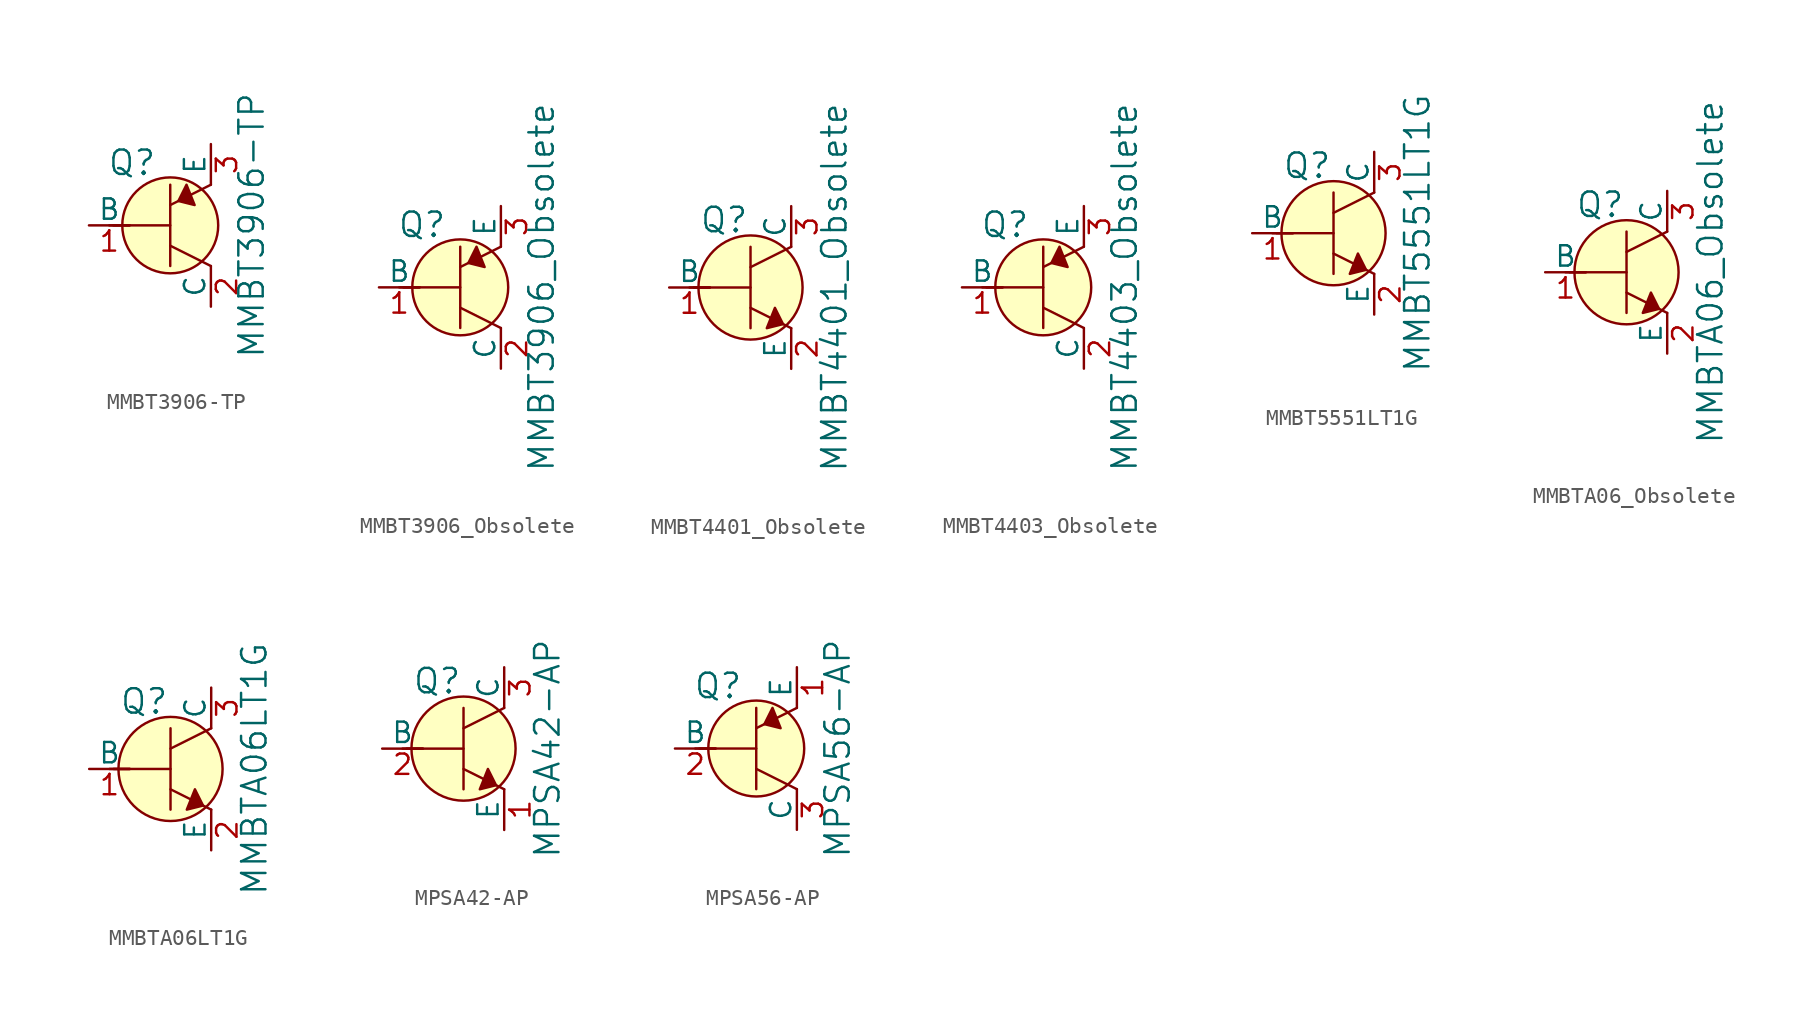
<source format=kicad_sym>
(kicad_symbol_lib
  (version 20220914)
  (generator kicad_symbol_editor)
  (symbol "MMBT3906-TP"
    (pin_names
      (offset 0))
    (property "Reference" "Q"
      (at -2.388 3.912 0)
      (effects (font (size 1.524 1.524))))
    (property "Value" "MMBT3906-TP"
      (at 5.08 0 90)
      (effects (font (size 1.524 1.524))))
    (symbol "MMBT3906-TP_0_1"
      (polyline (pts (xy -3.81 0) (xy -2.54 0)) (stroke (width 0) (type solid)) (fill (type none)))
      (polyline (pts (xy -3.556 0) (xy 0 0)) (stroke (width 0) (type solid)) (fill (type none)))
      (polyline (pts (xy 0 -1.27) (xy 2.54 -2.54)) (stroke (width 0) (type solid)) (fill (type none)))
      (polyline (pts (xy 0 1.27) (xy 2.54 2.54)) (stroke (width 0) (type solid)) (fill (type none)))
      (polyline (pts (xy 0 2.54) (xy 0 -2.54)) (stroke (width 0) (type solid)) (fill (type none)))
      (polyline (pts (xy 1.016 2.54) (xy 0.508 1.524) (xy 1.524 1.27) (xy 1.016 2.54)) (stroke (width 0) (type solid)) (fill (type outline)))
      (circle (center 0 0) (radius 2.997) (stroke (width 0) (type solid)) (fill (type background))))
    (symbol "MMBT3906-TP_1_1"
      (pin input line (at -5.08 0 0) (length 2.54) (name "B" (effects (font (size 1.27 1.27)))) (number "1" (effects (font (size 1.27 1.27)))))
      (pin passive line (at 2.54 -5.08 90) (length 2.54) (name "C" (effects (font (size 1.27 1.27)))) (number "2" (effects (font (size 1.27 1.27)))))
      (pin passive line (at 2.54 5.08 270) (length 2.54) (name "E" (effects (font (size 1.27 1.27)))) (number "3" (effects (font (size 1.27 1.27)))))))
  (symbol "MMBT3906_Obsolete"
    (pin_names
      (offset 0))
    (property "Reference" "Q"
      (at -2.388 3.912 0)
      (effects (font (size 1.524 1.524))))
    (property "Value" "MMBT3906_Obsolete"
      (at 5.08 0 90)
      (effects (font (size 1.524 1.524))))
    (symbol "MMBT3906_Obsolete_0_1"
      (polyline (pts (xy -3.81 0) (xy -2.54 0)) (stroke (width 0) (type solid)) (fill (type none)))
      (polyline (pts (xy -3.556 0) (xy 0 0)) (stroke (width 0) (type solid)) (fill (type none)))
      (polyline (pts (xy 0 -1.27) (xy 2.54 -2.54)) (stroke (width 0) (type solid)) (fill (type none)))
      (polyline (pts (xy 0 1.27) (xy 2.54 2.54)) (stroke (width 0) (type solid)) (fill (type none)))
      (polyline (pts (xy 0 2.54) (xy 0 -2.54)) (stroke (width 0) (type solid)) (fill (type none)))
      (polyline (pts (xy 1.016 2.54) (xy 0.508 1.524) (xy 1.524 1.27) (xy 1.016 2.54)) (stroke (width 0) (type solid)) (fill (type outline)))
      (circle (center 0 0) (radius 2.997) (stroke (width 0) (type solid)) (fill (type background))))
    (symbol "MMBT3906_Obsolete_1_1"
      (pin input line (at -5.08 0 0) (length 2.54) (name "B" (effects (font (size 1.27 1.27)))) (number "1" (effects (font (size 1.27 1.27)))))
      (pin passive line (at 2.54 -5.08 90) (length 2.54) (name "C" (effects (font (size 1.27 1.27)))) (number "2" (effects (font (size 1.27 1.27)))))
      (pin passive line (at 2.54 5.08 270) (length 2.54) (name "E" (effects (font (size 1.27 1.27)))) (number "3" (effects (font (size 1.27 1.27)))))))
  (symbol "MMBT4401_Obsolete"
    (pin_names
      (offset 0))
    (property "Reference" "Q"
      (at -3.2 4.216 0)
      (effects (font (size 1.524 1.524)) (justify left)))
    (property "Value" "MMBT4401_Obsolete"
      (at 5.232 0 90)
      (effects (font (size 1.524 1.524))))
    (symbol "MMBT4401_Obsolete_0_1"
      (polyline (pts (xy -3.81 0) (xy -2.54 0)) (stroke (width 0) (type solid)) (fill (type none)))
      (polyline (pts (xy -3.556 0) (xy 0 0)) (stroke (width 0) (type solid)) (fill (type none)))
      (polyline (pts (xy 0 -1.27) (xy 2.54 -2.54)) (stroke (width 0) (type solid)) (fill (type none)))
      (polyline (pts (xy 0 1.27) (xy 2.54 2.54)) (stroke (width 0) (type solid)) (fill (type none)))
      (polyline (pts (xy 0 2.54) (xy 0 -2.54)) (stroke (width 0) (type solid)) (fill (type none)))
      (polyline (pts (xy 1.524 -1.27) (xy 2.032 -2.286) (xy 1.016 -2.54) (xy 1.524 -1.27)) (stroke (width 0) (type solid)) (fill (type outline)))
      (circle (center 0 0) (radius 3.251) (stroke (width 0) (type solid)) (fill (type background))))
    (symbol "MMBT4401_Obsolete_1_1"
      (pin input line (at -5.08 0 0) (length 2.54) (name "B" (effects (font (size 1.27 1.27)))) (number "1" (effects (font (size 1.27 1.27)))))
      (pin passive line (at 2.54 -5.08 90) (length 2.54) (name "E" (effects (font (size 1.27 1.27)))) (number "2" (effects (font (size 1.27 1.27)))))
      (pin passive line (at 2.54 5.08 270) (length 2.54) (name "C" (effects (font (size 1.27 1.27)))) (number "3" (effects (font (size 1.27 1.27)))))))
  (symbol "MMBT4403_Obsolete"
    (pin_names
      (offset 0))
    (property "Reference" "Q"
      (at -2.388 3.912 0)
      (effects (font (size 1.524 1.524))))
    (property "Value" "MMBT4403_Obsolete"
      (at 5.08 0 90)
      (effects (font (size 1.524 1.524))))
    (symbol "MMBT4403_Obsolete_0_1"
      (polyline (pts (xy -3.81 0) (xy -2.54 0)) (stroke (width 0) (type solid)) (fill (type none)))
      (polyline (pts (xy -3.556 0) (xy 0 0)) (stroke (width 0) (type solid)) (fill (type none)))
      (polyline (pts (xy 0 -1.27) (xy 2.54 -2.54)) (stroke (width 0) (type solid)) (fill (type none)))
      (polyline (pts (xy 0 1.27) (xy 2.54 2.54)) (stroke (width 0) (type solid)) (fill (type none)))
      (polyline (pts (xy 0 2.54) (xy 0 -2.54)) (stroke (width 0) (type solid)) (fill (type none)))
      (polyline (pts (xy 1.016 2.54) (xy 0.508 1.524) (xy 1.524 1.27) (xy 1.016 2.54)) (stroke (width 0) (type solid)) (fill (type outline)))
      (circle (center 0 0) (radius 2.997) (stroke (width 0) (type solid)) (fill (type background))))
    (symbol "MMBT4403_Obsolete_1_1"
      (pin input line (at -5.08 0 0) (length 2.54) (name "B" (effects (font (size 1.27 1.27)))) (number "1" (effects (font (size 1.27 1.27)))))
      (pin passive line (at 2.54 -5.08 90) (length 2.54) (name "C" (effects (font (size 1.27 1.27)))) (number "2" (effects (font (size 1.27 1.27)))))
      (pin passive line (at 2.54 5.08 270) (length 2.54) (name "E" (effects (font (size 1.27 1.27)))) (number "3" (effects (font (size 1.27 1.27)))))))
  (symbol "MMBT5551LT1G"
    (pin_names
      (offset 0))
    (property "Reference" "Q"
      (at -3.2 4.216 0)
      (effects (font (size 1.524 1.524)) (justify left)))
    (property "Value" "MMBT5551LT1G"
      (at 5.232 0 90)
      (effects (font (size 1.524 1.524))))
    (symbol "MMBT5551LT1G_0_1"
      (polyline (pts (xy -3.81 0) (xy -2.54 0)) (stroke (width 0) (type solid)) (fill (type none)))
      (polyline (pts (xy -3.556 0) (xy 0 0)) (stroke (width 0) (type solid)) (fill (type none)))
      (polyline (pts (xy 0 -1.27) (xy 2.54 -2.54)) (stroke (width 0) (type solid)) (fill (type none)))
      (polyline (pts (xy 0 1.27) (xy 2.54 2.54)) (stroke (width 0) (type solid)) (fill (type none)))
      (polyline (pts (xy 0 2.54) (xy 0 -2.54)) (stroke (width 0) (type solid)) (fill (type none)))
      (polyline (pts (xy 1.524 -1.27) (xy 2.032 -2.286) (xy 1.016 -2.54) (xy 1.524 -1.27)) (stroke (width 0) (type solid)) (fill (type outline)))
      (circle (center 0 0) (radius 3.251) (stroke (width 0) (type solid)) (fill (type background))))
    (symbol "MMBT5551LT1G_1_1"
      (pin input line (at -5.08 0 0) (length 2.54) (name "B" (effects (font (size 1.27 1.27)))) (number "1" (effects (font (size 1.27 1.27)))))
      (pin passive line (at 2.54 -5.08 90) (length 2.54) (name "E" (effects (font (size 1.27 1.27)))) (number "2" (effects (font (size 1.27 1.27)))))
      (pin passive line (at 2.54 5.08 270) (length 2.54) (name "C" (effects (font (size 1.27 1.27)))) (number "3" (effects (font (size 1.27 1.27)))))))
  (symbol "MMBTA06_Obsolete"
    (pin_names
      (offset 0))
    (property "Reference" "Q"
      (at -3.2 4.216 0)
      (effects (font (size 1.524 1.524)) (justify left)))
    (property "Value" "MMBTA06_Obsolete"
      (at 5.232 0 90)
      (effects (font (size 1.524 1.524))))
    (symbol "MMBTA06_Obsolete_0_1"
      (polyline (pts (xy -3.81 0) (xy -2.54 0)) (stroke (width 0) (type solid)) (fill (type none)))
      (polyline (pts (xy -3.556 0) (xy 0 0)) (stroke (width 0) (type solid)) (fill (type none)))
      (polyline (pts (xy 0 -1.27) (xy 2.54 -2.54)) (stroke (width 0) (type solid)) (fill (type none)))
      (polyline (pts (xy 0 1.27) (xy 2.54 2.54)) (stroke (width 0) (type solid)) (fill (type none)))
      (polyline (pts (xy 0 2.54) (xy 0 -2.54)) (stroke (width 0) (type solid)) (fill (type none)))
      (polyline (pts (xy 1.524 -1.27) (xy 2.032 -2.286) (xy 1.016 -2.54) (xy 1.524 -1.27)) (stroke (width 0) (type solid)) (fill (type outline)))
      (circle (center 0 0) (radius 3.251) (stroke (width 0) (type solid)) (fill (type background))))
    (symbol "MMBTA06_Obsolete_1_1"
      (pin input line (at -5.08 0 0) (length 2.54) (name "B" (effects (font (size 1.27 1.27)))) (number "1" (effects (font (size 1.27 1.27)))))
      (pin passive line (at 2.54 -5.08 90) (length 2.54) (name "E" (effects (font (size 1.27 1.27)))) (number "2" (effects (font (size 1.27 1.27)))))
      (pin passive line (at 2.54 5.08 270) (length 2.54) (name "C" (effects (font (size 1.27 1.27)))) (number "3" (effects (font (size 1.27 1.27)))))))
  (symbol "MMBTA06LT1G"
    (pin_names
      (offset 0))
    (property "Reference" "Q"
      (at -3.2 4.216 0)
      (effects (font (size 1.524 1.524)) (justify left)))
    (property "Value" "MMBTA06LT1G"
      (at 5.232 0 90)
      (effects (font (size 1.524 1.524))))
    (symbol "MMBTA06LT1G_0_1"
      (polyline (pts (xy -3.81 0) (xy -2.54 0)) (stroke (width 0) (type solid)) (fill (type none)))
      (polyline (pts (xy -3.556 0) (xy 0 0)) (stroke (width 0) (type solid)) (fill (type none)))
      (polyline (pts (xy 0 -1.27) (xy 2.54 -2.54)) (stroke (width 0) (type solid)) (fill (type none)))
      (polyline (pts (xy 0 1.27) (xy 2.54 2.54)) (stroke (width 0) (type solid)) (fill (type none)))
      (polyline (pts (xy 0 2.54) (xy 0 -2.54)) (stroke (width 0) (type solid)) (fill (type none)))
      (polyline (pts (xy 1.524 -1.27) (xy 2.032 -2.286) (xy 1.016 -2.54) (xy 1.524 -1.27)) (stroke (width 0) (type solid)) (fill (type outline)))
      (circle (center 0 0) (radius 3.251) (stroke (width 0) (type solid)) (fill (type background))))
    (symbol "MMBTA06LT1G_1_1"
      (pin input line (at -5.08 0 0) (length 2.54) (name "B" (effects (font (size 1.27 1.27)))) (number "1" (effects (font (size 1.27 1.27)))))
      (pin passive line (at 2.54 -5.08 90) (length 2.54) (name "E" (effects (font (size 1.27 1.27)))) (number "2" (effects (font (size 1.27 1.27)))))
      (pin passive line (at 2.54 5.08 270) (length 2.54) (name "C" (effects (font (size 1.27 1.27)))) (number "3" (effects (font (size 1.27 1.27)))))))
  (symbol "MPSA42-AP"
    (pin_names
      (offset 0))
    (property "Reference" "Q"
      (at -3.2 4.216 0)
      (effects (font (size 1.524 1.524)) (justify left)))
    (property "Value" "MPSA42-AP"
      (at 5.232 0 90)
      (effects (font (size 1.524 1.524))))
    (symbol "MPSA42-AP_0_1"
      (polyline (pts (xy -3.81 0) (xy -2.54 0)) (stroke (width 0) (type solid)) (fill (type none)))
      (polyline (pts (xy -3.556 0) (xy 0 0)) (stroke (width 0) (type solid)) (fill (type none)))
      (polyline (pts (xy 0 -1.27) (xy 2.54 -2.54)) (stroke (width 0) (type solid)) (fill (type none)))
      (polyline (pts (xy 0 1.27) (xy 2.54 2.54)) (stroke (width 0) (type solid)) (fill (type none)))
      (polyline (pts (xy 0 2.54) (xy 0 -2.54)) (stroke (width 0) (type solid)) (fill (type none)))
      (polyline (pts (xy 1.524 -1.27) (xy 2.032 -2.286) (xy 1.016 -2.54) (xy 1.524 -1.27)) (stroke (width 0) (type solid)) (fill (type outline)))
      (circle (center 0 0) (radius 3.251) (stroke (width 0) (type solid)) (fill (type background))))
    (symbol "MPSA42-AP_1_1"
      (pin passive line (at 2.54 -5.08 90) (length 2.54) (name "E" (effects (font (size 1.27 1.27)))) (number "1" (effects (font (size 1.27 1.27)))))
      (pin input line (at -5.08 0 0) (length 2.54) (name "B" (effects (font (size 1.27 1.27)))) (number "2" (effects (font (size 1.27 1.27)))))
      (pin passive line (at 2.54 5.08 270) (length 2.54) (name "C" (effects (font (size 1.27 1.27)))) (number "3" (effects (font (size 1.27 1.27)))))))
  (symbol "MPSA56-AP"
    (pin_names
      (offset 0))
    (property "Reference" "Q"
      (at -2.388 3.912 0)
      (effects (font (size 1.524 1.524))))
    (property "Value" "MPSA56-AP"
      (at 5.08 0 90)
      (effects (font (size 1.524 1.524))))
    (symbol "MPSA56-AP_0_1"
      (polyline (pts (xy -3.81 0) (xy -2.54 0)) (stroke (width 0) (type solid)) (fill (type none)))
      (polyline (pts (xy -3.556 0) (xy 0 0)) (stroke (width 0) (type solid)) (fill (type none)))
      (polyline (pts (xy 0 -1.27) (xy 2.54 -2.54)) (stroke (width 0) (type solid)) (fill (type none)))
      (polyline (pts (xy 0 1.27) (xy 2.54 2.54)) (stroke (width 0) (type solid)) (fill (type none)))
      (polyline (pts (xy 0 2.54) (xy 0 -2.54)) (stroke (width 0) (type solid)) (fill (type none)))
      (polyline (pts (xy 1.016 2.54) (xy 0.508 1.524) (xy 1.524 1.27) (xy 1.016 2.54)) (stroke (width 0) (type solid)) (fill (type outline)))
      (circle (center 0 0) (radius 2.997) (stroke (width 0) (type solid)) (fill (type background))))
    (symbol "MPSA56-AP_1_1"
      (pin passive line (at 2.54 5.08 270) (length 2.54) (name "E" (effects (font (size 1.27 1.27)))) (number "1" (effects (font (size 1.27 1.27)))))
      (pin input line (at -5.08 0 0) (length 2.54) (name "B" (effects (font (size 1.27 1.27)))) (number "2" (effects (font (size 1.27 1.27)))))
      (pin passive line (at 2.54 -5.08 90) (length 2.54) (name "C" (effects (font (size 1.27 1.27)))) (number "3" (effects (font (size 1.27 1.27))))))))
</source>
